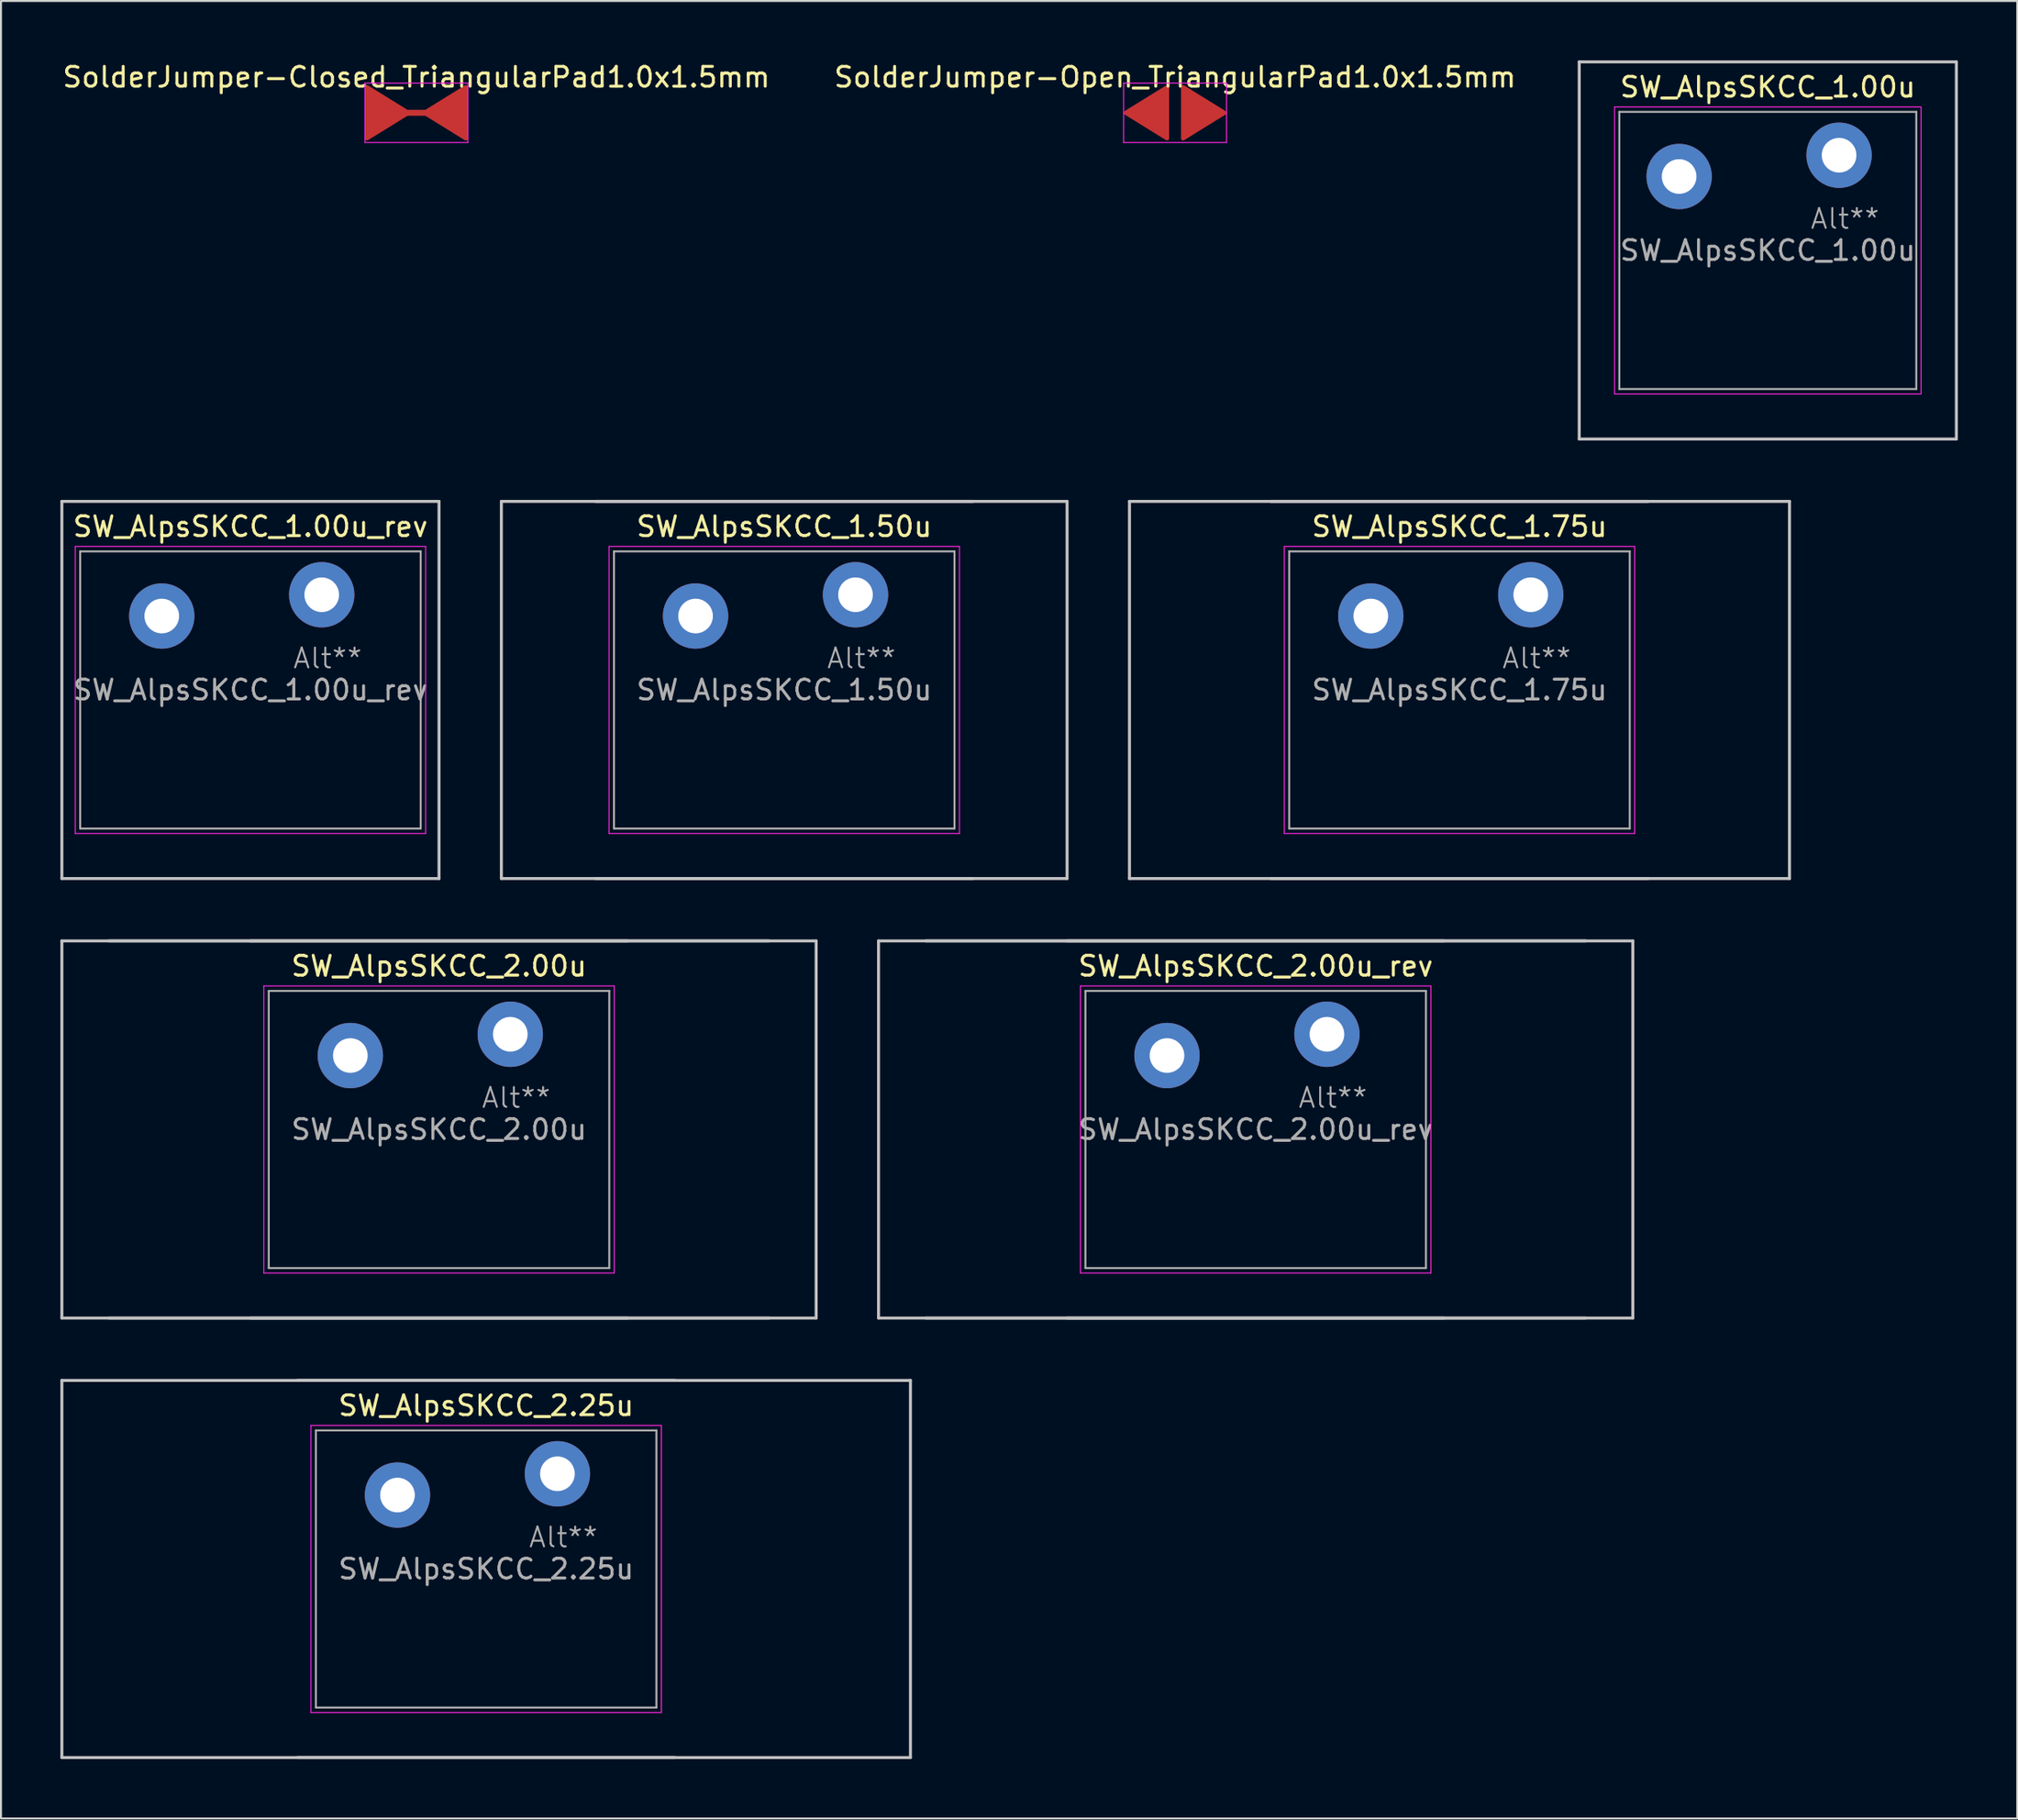
<source format=kicad_pcb>
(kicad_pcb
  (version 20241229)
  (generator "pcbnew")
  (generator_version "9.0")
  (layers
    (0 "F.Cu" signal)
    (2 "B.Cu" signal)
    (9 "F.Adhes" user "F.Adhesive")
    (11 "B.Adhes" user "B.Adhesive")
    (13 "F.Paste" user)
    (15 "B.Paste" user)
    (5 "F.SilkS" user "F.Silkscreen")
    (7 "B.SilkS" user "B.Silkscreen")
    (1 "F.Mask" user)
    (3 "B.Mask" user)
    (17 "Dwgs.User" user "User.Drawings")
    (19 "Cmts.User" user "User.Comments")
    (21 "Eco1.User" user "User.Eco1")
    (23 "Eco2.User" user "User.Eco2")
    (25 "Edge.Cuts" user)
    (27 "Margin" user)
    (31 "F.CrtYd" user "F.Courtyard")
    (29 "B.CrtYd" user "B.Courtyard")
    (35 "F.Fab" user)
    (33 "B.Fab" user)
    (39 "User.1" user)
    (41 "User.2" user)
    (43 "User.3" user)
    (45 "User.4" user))
  (footprint "SW_AlpsSKCC_1.00u"
    (layer "F.Cu")
    (at 88.743 5.1)
    (property "Reference" "SW_AlpsSKCC_1.00u" (at -2.5 -3.75 0) (layer "F.SilkS") (effects (font (size 1 1) (thickness 0.15))))
    (property "Alt" "Alt**" (at 1.4 2.9 0) (layer "F.Fab") (effects (font (size 1 1) (thickness 0.1))))
    (attr through_hole)
    (fp_line (start -12.025 -5.025) (end 7.025 -5.025) (stroke (width 0.15) (type solid)) (layer "Dwgs.User"))
    (fp_line (start -12.025 14.025) (end -12.025 -5.025) (stroke (width 0.15) (type solid)) (layer "Dwgs.User"))
    (fp_line (start 7.025 -5.025) (end 7.025 14.025) (stroke (width 0.15) (type solid)) (layer "Dwgs.User"))
    (fp_line (start 7.025 14.025) (end -12.025 14.025) (stroke (width 0.15) (type solid)) (layer "Dwgs.User"))
    (fp_line (start -10.24 -2.75) (end -10.24 11.75) (stroke (width 0.05) (type solid)) (layer "F.CrtYd"))
    (fp_line (start -10.24 -2.75) (end 5.24 -2.75) (stroke (width 0.05) (type solid)) (layer "F.CrtYd"))
    (fp_line (start -10.24 11.75) (end 5.24 11.75) (stroke (width 0.05) (type solid)) (layer "F.CrtYd"))
    (fp_line (start 5.24 11.75) (end 5.24 -2.75) (stroke (width 0.05) (type solid)) (layer "F.CrtYd"))
    (fp_line (start -10 -2.5) (end 5 -2.5) (stroke (width 0.1) (type solid)) (layer "F.Fab"))
    (fp_line (start -10 11.5) (end -10 -2.5) (stroke (width 0.1) (type solid)) (layer "F.Fab"))
    (fp_line (start 5 -2.5) (end 5 11.5) (stroke (width 0.1) (type solid)) (layer "F.Fab"))
    (fp_line (start 5 11.5) (end -10 11.5) (stroke (width 0.1) (type solid)) (layer "F.Fab"))
    (fp_text user "${REFERENCE}" (at -2.5 4.5 0) (layer "F.Fab") (effects (font (size 1 1) (thickness 0.15))))
    (pad "1" thru_hole circle (at -6.979 0.766) (size 3.3 3.3) (drill 1.75) (layers "*.Cu" "*.Mask"))
    (pad "2" thru_hole circle (at 1.1 -0.309) (size 3.3 3.3) (drill 1.75) (layers "*.Cu" "*.Mask")))
  (footprint "SW_AlpsSKCC_1.75u"
    (layer "F.Cu")
    (at 73.169 27.3)
    (property "Reference" "SW_AlpsSKCC_1.75u" (at -2.5 -3.75 0) (layer "F.SilkS") (effects (font (size 1 1) (thickness 0.15))))
    (property "Alt" "Alt**" (at 1.4 2.9 0) (layer "F.Fab") (effects (font (size 1 1) (thickness 0.1))))
    (attr through_hole)
    (fp_line (start -19.169 -5.025) (end 14.169 -5.025) (stroke (width 0.15) (type solid)) (layer "Dwgs.User"))
    (fp_line (start -19.169 14.025) (end -19.169 -5.025) (stroke (width 0.15) (type solid)) (layer "Dwgs.User"))
    (fp_line (start -12.025 -5.025) (end 7.025 -5.025) (stroke (width 0.15) (type solid)) (layer "Dwgs.User"))
    (fp_line (start 7.025 14.025) (end -12.025 14.025) (stroke (width 0.15) (type solid)) (layer "Dwgs.User"))
    (fp_line (start 14.169 -5.025) (end 14.169 14.025) (stroke (width 0.15) (type solid)) (layer "Dwgs.User"))
    (fp_line (start 14.169 14.025) (end -19.169 14.025) (stroke (width 0.15) (type solid)) (layer "Dwgs.User"))
    (fp_line (start -11.35 -2.75) (end -11.35 11.75) (stroke (width 0.05) (type solid)) (layer "F.CrtYd"))
    (fp_line (start -11.35 -2.75) (end 6.35 -2.75) (stroke (width 0.05) (type solid)) (layer "F.CrtYd"))
    (fp_line (start -11.35 11.75) (end 6.35 11.75) (stroke (width 0.05) (type solid)) (layer "F.CrtYd"))
    (fp_line (start 6.35 11.75) (end 6.35 -2.75) (stroke (width 0.05) (type solid)) (layer "F.CrtYd"))
    (fp_line (start -11.1 -2.5) (end 6.1 -2.5) (stroke (width 0.1) (type solid)) (layer "F.Fab"))
    (fp_line (start -11.1 11.5) (end -11.1 -2.5) (stroke (width 0.1) (type solid)) (layer "F.Fab"))
    (fp_line (start 6.1 -2.5) (end 6.1 11.5) (stroke (width 0.1) (type solid)) (layer "F.Fab"))
    (fp_line (start 6.1 11.5) (end -11.1 11.5) (stroke (width 0.1) (type solid)) (layer "F.Fab"))
    (fp_text user "${REFERENCE}" (at -2.5 4.5 0) (layer "F.Fab") (effects (font (size 1 1) (thickness 0.15))))
    (pad "1" thru_hole circle (at -6.979 0.766) (size 3.3 3.3) (drill 1.75) (layers "*.Cu" "*.Mask"))
    (pad "2" thru_hole circle (at 1.1 -0.309) (size 3.3 3.3) (drill 1.75) (layers "*.Cu" "*.Mask")))
  (footprint "SolderJumper-Closed_TriangularPad1.0x1.5mm"
    (layer "F.Cu")
    (at 17.982 2.648)
    (property "Reference" "SolderJumper-Closed_TriangularPad1.0x1.5mm" (at 0 -1.8 0) (layer "F.SilkS") (effects (font (size 1 1) (thickness 0.15))))
    (attr exclude_from_pos_files exclude_from_bom allow_soldermask_bridges)
    (fp_poly (pts (xy 0.6 -0.15) (xy -0.6 -0.15) (xy -0.6 0.15) (xy 0.6 0.15)) (stroke (width 0) (type solid)) (fill yes) (layers "F.Cu" "F.Mask"))
    (fp_line (start -2.6 -1.5) (end -2.6 1.5) (stroke (width 0.05) (type solid)) (layer "F.CrtYd"))
    (fp_line (start -2.6 -1.5) (end 2.6 -1.5) (stroke (width 0.05) (type solid)) (layer "F.CrtYd"))
    (fp_line (start 2.6 1.5) (end -2.6 1.5) (stroke (width 0.05) (type solid)) (layer "F.CrtYd"))
    (fp_line (start 2.6 1.5) (end 2.6 -1.5) (stroke (width 0.05) (type solid)) (layer "F.CrtYd"))
    (pad "1" smd custom (at -2 0) (size 1 0.5) (layers "F.Cu" "F.Mask") (options (anchor rect)) (primitives (gr_poly (pts (xy -0.5 -1.3) (xy -0.5 1.3) (xy 1.6 0)) (width 0.2) (fill yes))))
    (pad "2" smd custom (at 2 0 180) (size 1 0.5) (layers "F.Cu" "F.Mask") (options (anchor rect)) (primitives (gr_poly (pts (xy -0.5 -1.3) (xy -0.5 1.3) (xy 1.6 0)) (width 0.2) (fill yes)))))
  (footprint "SW_AlpsSKCC_2.25u"
    (layer "F.Cu")
    (at 24.006 71.7)
    (property "Reference" "SW_AlpsSKCC_2.25u" (at -2.5 -3.75 0) (layer "F.SilkS") (effects (font (size 1 1) (thickness 0.15))))
    (property "Alt" "Alt**" (at 1.4 2.9 0) (layer "F.Fab") (effects (font (size 1 1) (thickness 0.1))))
    (attr through_hole)
    (fp_line (start -23.931 -5.025) (end 18.931 -5.025) (stroke (width 0.15) (type solid)) (layer "Dwgs.User"))
    (fp_line (start -23.931 14.025) (end -23.931 -5.025) (stroke (width 0.15) (type solid)) (layer "Dwgs.User"))
    (fp_line (start -12.025 -5.025) (end 7.025 -5.025) (stroke (width 0.15) (type solid)) (layer "Dwgs.User"))
    (fp_line (start 7.025 14.025) (end -12.025 14.025) (stroke (width 0.15) (type solid)) (layer "Dwgs.User"))
    (fp_line (start 18.931 -5.025) (end 18.931 14.025) (stroke (width 0.15) (type solid)) (layer "Dwgs.User"))
    (fp_line (start 18.931 14.025) (end -23.931 14.025) (stroke (width 0.15) (type solid)) (layer "Dwgs.User"))
    (fp_line (start -11.35 -2.75) (end -11.35 11.75) (stroke (width 0.05) (type solid)) (layer "F.CrtYd"))
    (fp_line (start -11.35 -2.75) (end 6.35 -2.75) (stroke (width 0.05) (type solid)) (layer "F.CrtYd"))
    (fp_line (start -11.35 11.75) (end 6.35 11.75) (stroke (width 0.05) (type solid)) (layer "F.CrtYd"))
    (fp_line (start 6.35 11.75) (end 6.35 -2.75) (stroke (width 0.05) (type solid)) (layer "F.CrtYd"))
    (fp_line (start -11.1 -2.5) (end 6.1 -2.5) (stroke (width 0.1) (type solid)) (layer "F.Fab"))
    (fp_line (start -11.1 11.5) (end -11.1 -2.5) (stroke (width 0.1) (type solid)) (layer "F.Fab"))
    (fp_line (start 6.1 -2.5) (end 6.1 11.5) (stroke (width 0.1) (type solid)) (layer "F.Fab"))
    (fp_line (start 6.1 11.5) (end -11.1 11.5) (stroke (width 0.1) (type solid)) (layer "F.Fab"))
    (fp_text user "${REFERENCE}" (at -2.5 4.5 0) (layer "F.Fab") (effects (font (size 1 1) (thickness 0.15))))
    (pad "1" thru_hole circle (at -6.979 0.766) (size 3.3 3.3) (drill 1.75) (layers "*.Cu" "*.Mask"))
    (pad "2" thru_hole circle (at 1.1 -0.309) (size 3.3 3.3) (drill 1.75) (layers "*.Cu" "*.Mask")))
  (footprint "SW_AlpsSKCC_2.00u_rev"
    (layer "F.Cu")
    (at 62.875 49.5)
    (property "Reference" "SW_AlpsSKCC_2.00u_rev" (at -2.5 -3.75 0) (layer "F.SilkS") (effects (font (size 1 1) (thickness 0.15))))
    (property "Alt" "Alt**" (at 1.4 2.9 0) (layer "F.Fab") (effects (font (size 1 1) (thickness 0.1))))
    (attr through_hole)
    (fp_line (start -21.55 -5.025) (end 16.55 -5.025) (stroke (width 0.15) (type solid)) (layer "Dwgs.User"))
    (fp_line (start -21.55 14.025) (end -21.55 -5.025) (stroke (width 0.15) (type solid)) (layer "Dwgs.User"))
    (fp_line (start -19.169 -5.025) (end 14.169 -5.025) (stroke (width 0.15) (type solid)) (layer "Dwgs.User"))
    (fp_line (start -12.025 -5.025) (end 7.025 -5.025) (stroke (width 0.15) (type solid)) (layer "Dwgs.User"))
    (fp_line (start 7.025 14.025) (end -12.025 14.025) (stroke (width 0.15) (type solid)) (layer "Dwgs.User"))
    (fp_line (start 14.169 14.025) (end -19.169 14.025) (stroke (width 0.15) (type solid)) (layer "Dwgs.User"))
    (fp_line (start 16.55 -5.025) (end 16.55 14.025) (stroke (width 0.15) (type solid)) (layer "Dwgs.User"))
    (fp_line (start 16.55 14.025) (end -21.55 14.025) (stroke (width 0.15) (type solid)) (layer "Dwgs.User"))
    (fp_line (start -11.35 -2.75) (end -11.35 11.75) (stroke (width 0.05) (type solid)) (layer "F.CrtYd"))
    (fp_line (start -11.35 -2.75) (end 6.35 -2.75) (stroke (width 0.05) (type solid)) (layer "F.CrtYd"))
    (fp_line (start -11.35 11.75) (end 6.35 11.75) (stroke (width 0.05) (type solid)) (layer "F.CrtYd"))
    (fp_line (start 6.35 11.75) (end 6.35 -2.75) (stroke (width 0.05) (type solid)) (layer "F.CrtYd"))
    (fp_line (start -11.1 -2.5) (end 6.1 -2.5) (stroke (width 0.1) (type solid)) (layer "F.Fab"))
    (fp_line (start -11.1 11.5) (end -11.1 -2.5) (stroke (width 0.1) (type solid)) (layer "F.Fab"))
    (fp_line (start 6.1 -2.5) (end 6.1 11.5) (stroke (width 0.1) (type solid)) (layer "F.Fab"))
    (fp_line (start 6.1 11.5) (end -11.1 11.5) (stroke (width 0.1) (type solid)) (layer "F.Fab"))
    (fp_text user "${REFERENCE}" (at -2.5 4.5 0) (layer "F.Fab") (effects (font (size 1 1) (thickness 0.15))))
    (pad "1" thru_hole circle (at 1.1 -0.309) (size 3.3 3.3) (drill 1.75) (layers "*.Cu" "*.Mask"))
    (pad "2" thru_hole circle (at -6.979 0.766) (size 3.3 3.3) (drill 1.75) (layers "*.Cu" "*.Mask")))
  (footprint "SW_AlpsSKCC_2.00u"
    (layer "F.Cu")
    (at 21.625 49.5)
    (property "Reference" "SW_AlpsSKCC_2.00u" (at -2.5 -3.75 0) (layer "F.SilkS") (effects (font (size 1 1) (thickness 0.15))))
    (property "Alt" "Alt**" (at 1.4 2.9 0) (layer "F.Fab") (effects (font (size 1 1) (thickness 0.1))))
    (attr through_hole)
    (fp_line (start -21.55 -5.025) (end 16.55 -5.025) (stroke (width 0.15) (type solid)) (layer "Dwgs.User"))
    (fp_line (start -21.55 14.025) (end -21.55 -5.025) (stroke (width 0.15) (type solid)) (layer "Dwgs.User"))
    (fp_line (start -19.169 -5.025) (end 14.169 -5.025) (stroke (width 0.15) (type solid)) (layer "Dwgs.User"))
    (fp_line (start -12.025 -5.025) (end 7.025 -5.025) (stroke (width 0.15) (type solid)) (layer "Dwgs.User"))
    (fp_line (start 7.025 14.025) (end -12.025 14.025) (stroke (width 0.15) (type solid)) (layer "Dwgs.User"))
    (fp_line (start 14.169 14.025) (end -19.169 14.025) (stroke (width 0.15) (type solid)) (layer "Dwgs.User"))
    (fp_line (start 16.55 -5.025) (end 16.55 14.025) (stroke (width 0.15) (type solid)) (layer "Dwgs.User"))
    (fp_line (start 16.55 14.025) (end -21.55 14.025) (stroke (width 0.15) (type solid)) (layer "Dwgs.User"))
    (fp_line (start -11.35 -2.75) (end -11.35 11.75) (stroke (width 0.05) (type solid)) (layer "F.CrtYd"))
    (fp_line (start -11.35 -2.75) (end 6.35 -2.75) (stroke (width 0.05) (type solid)) (layer "F.CrtYd"))
    (fp_line (start -11.35 11.75) (end 6.35 11.75) (stroke (width 0.05) (type solid)) (layer "F.CrtYd"))
    (fp_line (start 6.35 11.75) (end 6.35 -2.75) (stroke (width 0.05) (type solid)) (layer "F.CrtYd"))
    (fp_line (start -11.1 -2.5) (end 6.1 -2.5) (stroke (width 0.1) (type solid)) (layer "F.Fab"))
    (fp_line (start -11.1 11.5) (end -11.1 -2.5) (stroke (width 0.1) (type solid)) (layer "F.Fab"))
    (fp_line (start 6.1 -2.5) (end 6.1 11.5) (stroke (width 0.1) (type solid)) (layer "F.Fab"))
    (fp_line (start 6.1 11.5) (end -11.1 11.5) (stroke (width 0.1) (type solid)) (layer "F.Fab"))
    (fp_text user "${REFERENCE}" (at -2.5 4.5 0) (layer "F.Fab") (effects (font (size 1 1) (thickness 0.15))))
    (pad "1" thru_hole circle (at -6.979 0.766) (size 3.3 3.3) (drill 1.75) (layers "*.Cu" "*.Mask"))
    (pad "2" thru_hole circle (at 1.1 -0.309) (size 3.3 3.3) (drill 1.75) (layers "*.Cu" "*.Mask")))
  (footprint "SW_AlpsSKCC_1.00u_rev"
    (layer "F.Cu")
    (at 12.1 27.3)
    (property "Reference" "SW_AlpsSKCC_1.00u_rev" (at -2.5 -3.75 0) (layer "F.SilkS") (effects (font (size 1 1) (thickness 0.15))))
    (property "Alt" "Alt**" (at 1.4 2.9 0) (layer "F.Fab") (effects (font (size 1 1) (thickness 0.1))))
    (attr through_hole)
    (fp_line (start -12.025 -5.025) (end 7.025 -5.025) (stroke (width 0.15) (type solid)) (layer "Dwgs.User"))
    (fp_line (start -12.025 14.025) (end -12.025 -5.025) (stroke (width 0.15) (type solid)) (layer "Dwgs.User"))
    (fp_line (start 7.025 -5.025) (end 7.025 14.025) (stroke (width 0.15) (type solid)) (layer "Dwgs.User"))
    (fp_line (start 7.025 14.025) (end -12.025 14.025) (stroke (width 0.15) (type solid)) (layer "Dwgs.User"))
    (fp_line (start -11.35 -2.75) (end -11.35 11.75) (stroke (width 0.05) (type solid)) (layer "F.CrtYd"))
    (fp_line (start -11.35 -2.75) (end 6.35 -2.75) (stroke (width 0.05) (type solid)) (layer "F.CrtYd"))
    (fp_line (start -11.35 11.75) (end 6.35 11.75) (stroke (width 0.05) (type solid)) (layer "F.CrtYd"))
    (fp_line (start 6.35 11.75) (end 6.35 -2.75) (stroke (width 0.05) (type solid)) (layer "F.CrtYd"))
    (fp_line (start -11.1 -2.5) (end 6.1 -2.5) (stroke (width 0.1) (type solid)) (layer "F.Fab"))
    (fp_line (start -11.1 11.5) (end -11.1 -2.5) (stroke (width 0.1) (type solid)) (layer "F.Fab"))
    (fp_line (start 6.1 -2.5) (end 6.1 11.5) (stroke (width 0.1) (type solid)) (layer "F.Fab"))
    (fp_line (start 6.1 11.5) (end -11.1 11.5) (stroke (width 0.1) (type solid)) (layer "F.Fab"))
    (fp_text user "${REFERENCE}" (at -2.5 4.5 0) (layer "F.Fab") (effects (font (size 1 1) (thickness 0.15))))
    (pad "1" thru_hole circle (at 1.1 -0.309) (size 3.3 3.3) (drill 1.75) (layers "*.Cu" "*.Mask"))
    (pad "2" thru_hole circle (at -6.979 0.766) (size 3.3 3.3) (drill 1.75) (layers "*.Cu" "*.Mask")))
  (footprint "SolderJumper-Open_TriangularPad1.0x1.5mm"
    (layer "F.Cu")
    (at 56.304 2.648)
    (property "Reference" "SolderJumper-Open_TriangularPad1.0x1.5mm" (at 0 -1.8 0) (layer "F.SilkS") (effects (font (size 1 1) (thickness 0.15))))
    (attr exclude_from_pos_files exclude_from_bom allow_soldermask_bridges)
    (fp_rect (start -0.369 -1.395) (end 0.393 1.395) (stroke (width 0) (type default)) (fill yes) (layer "F.Mask"))
    (fp_line (start -2.6 -1.5) (end -2.6 1.5) (stroke (width 0.05) (type solid)) (layer "F.CrtYd"))
    (fp_line (start -2.6 -1.5) (end 2.6 -1.5) (stroke (width 0.05) (type solid)) (layer "F.CrtYd"))
    (fp_line (start 2.6 1.5) (end -2.6 1.5) (stroke (width 0.05) (type solid)) (layer "F.CrtYd"))
    (fp_line (start 2.6 1.5) (end 2.6 -1.5) (stroke (width 0.05) (type solid)) (layer "F.CrtYd"))
    (pad "1" smd custom (at -0.9 0 180) (size 1 0.5) (layers "F.Cu" "F.Mask") (options (anchor rect)) (primitives (gr_poly (pts (xy -0.5 -1.3) (xy -0.5 1.3) (xy 1.6 0)) (width 0.2) (fill yes))))
    (pad "2" smd custom (at 0.9 0) (size 1 0.5) (layers "F.Cu" "F.Mask") (options (anchor rect)) (primitives (gr_poly (pts (xy -0.5 -1.3) (xy -0.5 1.3) (xy 1.6 0)) (width 0.2) (fill yes)))))
  (footprint "SW_AlpsSKCC_1.50u"
    (layer "F.Cu")
    (at 39.062 27.3)
    (property "Reference" "SW_AlpsSKCC_1.50u" (at -2.5 -3.75 0) (layer "F.SilkS") (effects (font (size 1 1) (thickness 0.15))))
    (property "Alt" "Alt**" (at 1.4 2.9 0) (layer "F.Fab") (effects (font (size 1 1) (thickness 0.1))))
    (attr through_hole)
    (fp_line (start -16.788 -5.025) (end 11.787 -5.025) (stroke (width 0.15) (type solid)) (layer "Dwgs.User"))
    (fp_line (start -16.788 14.025) (end -16.788 -5.025) (stroke (width 0.15) (type solid)) (layer "Dwgs.User"))
    (fp_line (start -12.025 -5.025) (end 7.025 -5.025) (stroke (width 0.15) (type solid)) (layer "Dwgs.User"))
    (fp_line (start 7.025 14.025) (end -12.025 14.025) (stroke (width 0.15) (type solid)) (layer "Dwgs.User"))
    (fp_line (start 11.787 -5.025) (end 11.787 14.025) (stroke (width 0.15) (type solid)) (layer "Dwgs.User"))
    (fp_line (start 11.787 14.025) (end -16.788 14.025) (stroke (width 0.15) (type solid)) (layer "Dwgs.User"))
    (fp_line (start -11.35 -2.75) (end -11.35 11.75) (stroke (width 0.05) (type solid)) (layer "F.CrtYd"))
    (fp_line (start -11.35 -2.75) (end 6.35 -2.75) (stroke (width 0.05) (type solid)) (layer "F.CrtYd"))
    (fp_line (start -11.35 11.75) (end 6.35 11.75) (stroke (width 0.05) (type solid)) (layer "F.CrtYd"))
    (fp_line (start 6.35 11.75) (end 6.35 -2.75) (stroke (width 0.05) (type solid)) (layer "F.CrtYd"))
    (fp_line (start -11.1 -2.5) (end 6.1 -2.5) (stroke (width 0.1) (type solid)) (layer "F.Fab"))
    (fp_line (start -11.1 11.5) (end -11.1 -2.5) (stroke (width 0.1) (type solid)) (layer "F.Fab"))
    (fp_line (start 6.1 -2.5) (end 6.1 11.5) (stroke (width 0.1) (type solid)) (layer "F.Fab"))
    (fp_line (start 6.1 11.5) (end -11.1 11.5) (stroke (width 0.1) (type solid)) (layer "F.Fab"))
    (fp_text user "${REFERENCE}" (at -2.5 4.5 0) (layer "F.Fab") (effects (font (size 1 1) (thickness 0.15))))
    (pad "1" thru_hole circle (at -6.979 0.766) (size 3.3 3.3) (drill 1.75) (layers "*.Cu" "*.Mask"))
    (pad "2" thru_hole circle (at 1.1 -0.309) (size 3.3 3.3) (drill 1.75) (layers "*.Cu" "*.Mask")))
  (gr_rect
    (start -3 -3)
    (end 98.843 88.8)
    (stroke (width 0.1) (type default))
    (fill no)
    (layer "Edge.Cuts")))
</source>
